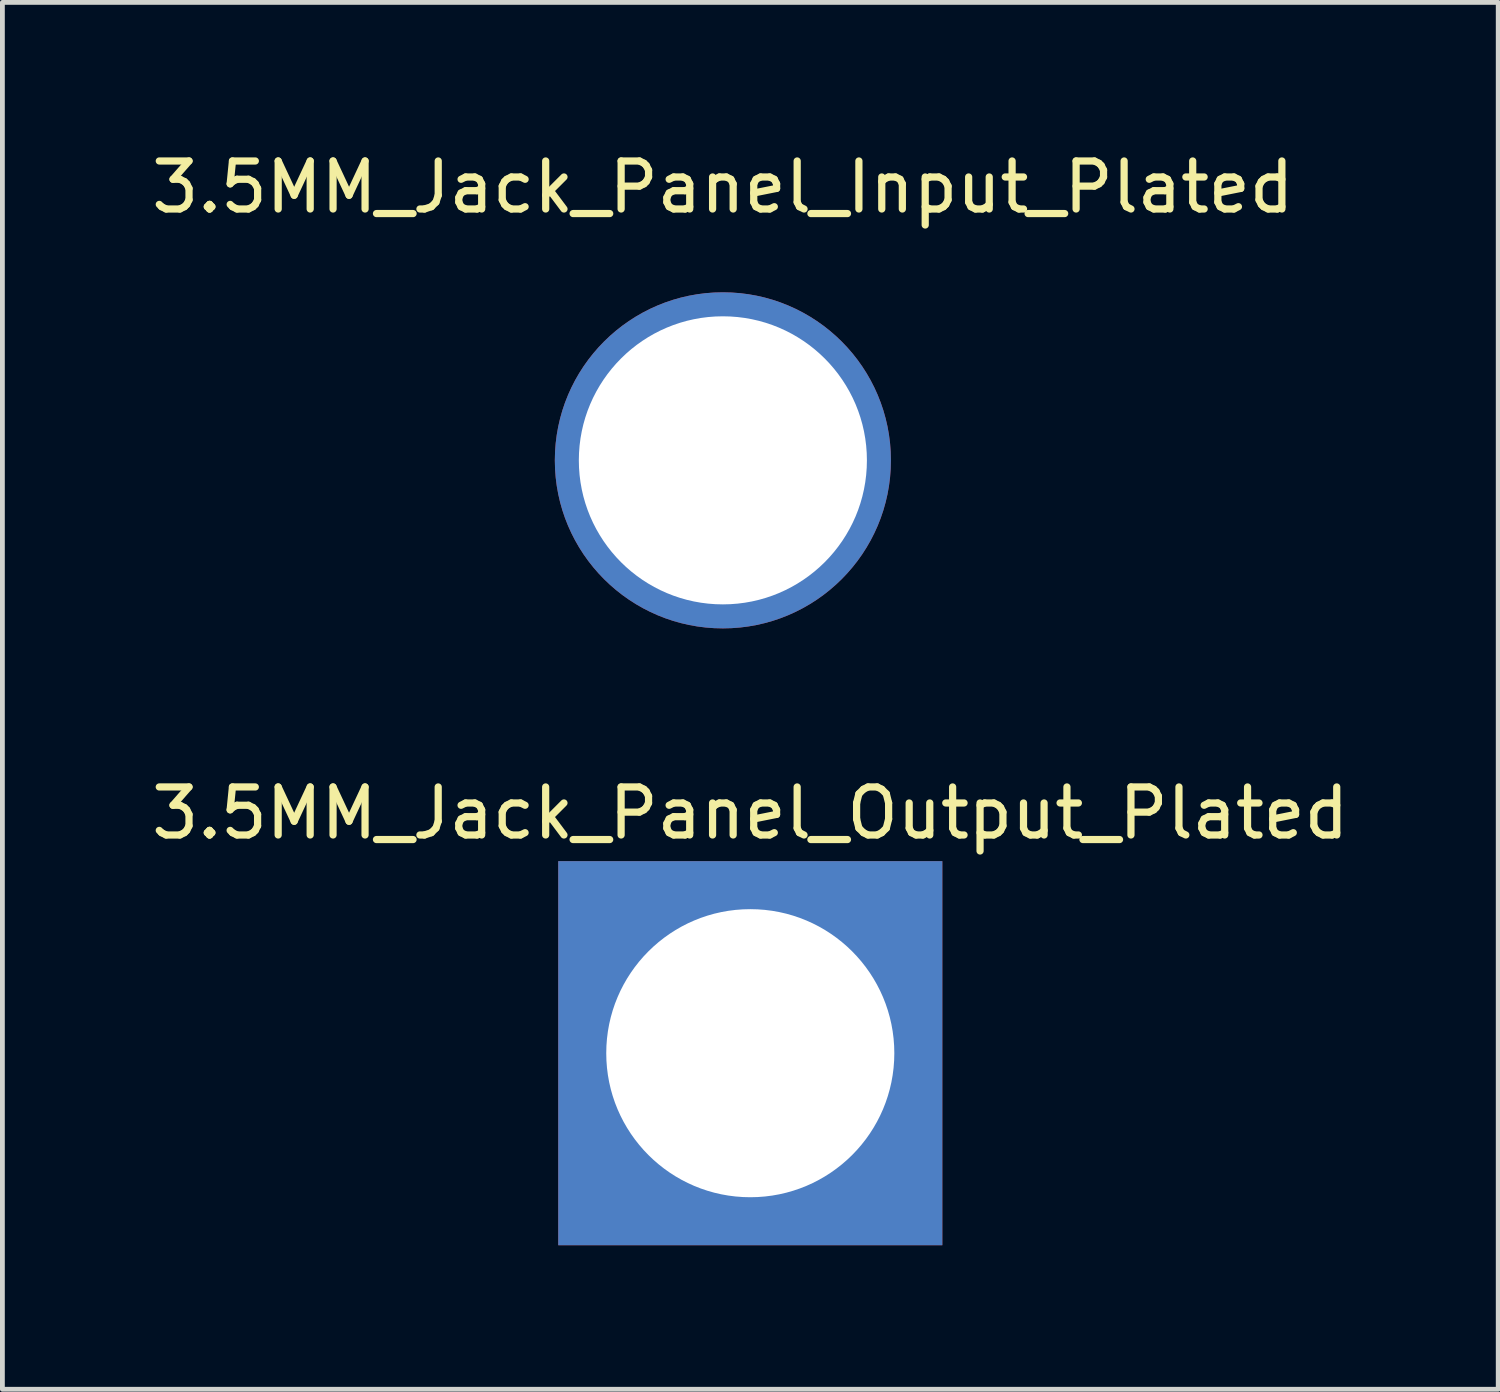
<source format=kicad_pcb>
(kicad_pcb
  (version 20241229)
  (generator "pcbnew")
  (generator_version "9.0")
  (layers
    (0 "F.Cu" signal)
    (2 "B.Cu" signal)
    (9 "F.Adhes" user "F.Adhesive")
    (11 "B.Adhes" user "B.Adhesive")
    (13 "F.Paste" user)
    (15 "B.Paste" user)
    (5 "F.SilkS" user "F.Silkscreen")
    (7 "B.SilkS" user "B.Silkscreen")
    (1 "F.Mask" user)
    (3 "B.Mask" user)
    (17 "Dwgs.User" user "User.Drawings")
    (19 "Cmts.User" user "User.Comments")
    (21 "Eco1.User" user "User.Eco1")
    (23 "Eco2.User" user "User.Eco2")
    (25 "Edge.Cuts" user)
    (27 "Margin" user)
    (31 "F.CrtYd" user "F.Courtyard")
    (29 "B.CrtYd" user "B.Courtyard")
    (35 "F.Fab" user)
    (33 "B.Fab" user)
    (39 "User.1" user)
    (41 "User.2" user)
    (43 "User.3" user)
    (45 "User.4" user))
  (footprint "3.5MM_Jack_Panel_Input_Plated"
    (layer "F.Cu")
    (at 12.006 6.538)
    (property "Reference" "3.5MM_Jack_Panel_Input_Plated" (at 0 -5.69 0) (unlocked yes) (layer "F.SilkS") (effects (font (size 1 1) (thickness 0.15))))
    (pad "" thru_hole circle (at 0 0) (size 7 7) (drill 6) (layers "*.Cu" "*.Mask")))
  (footprint "3.5MM_Jack_Panel_Output_Plated"
    (layer "F.Cu")
    (at 12.577 18.886)
    (property "Reference" "3.5MM_Jack_Panel_Output_Plated" (at 0 -5 0) (unlocked yes) (layer "F.SilkS") (effects (font (size 1 1) (thickness 0.15))))
    (pad "" thru_hole rect (at 0 0) (size 8 8) (drill 6) (layers "*.Cu" "*.Mask")))
  (gr_rect
    (start -3 -3)
    (end 28.155 25.886)
    (stroke (width 0.1) (type default))
    (fill no)
    (layer "Edge.Cuts")))
</source>
